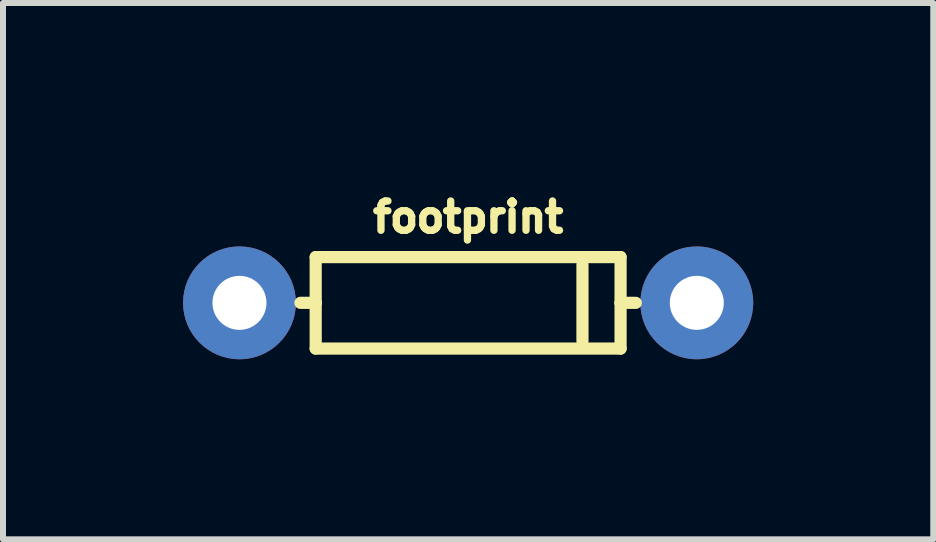
<source format=kicad_pcb>
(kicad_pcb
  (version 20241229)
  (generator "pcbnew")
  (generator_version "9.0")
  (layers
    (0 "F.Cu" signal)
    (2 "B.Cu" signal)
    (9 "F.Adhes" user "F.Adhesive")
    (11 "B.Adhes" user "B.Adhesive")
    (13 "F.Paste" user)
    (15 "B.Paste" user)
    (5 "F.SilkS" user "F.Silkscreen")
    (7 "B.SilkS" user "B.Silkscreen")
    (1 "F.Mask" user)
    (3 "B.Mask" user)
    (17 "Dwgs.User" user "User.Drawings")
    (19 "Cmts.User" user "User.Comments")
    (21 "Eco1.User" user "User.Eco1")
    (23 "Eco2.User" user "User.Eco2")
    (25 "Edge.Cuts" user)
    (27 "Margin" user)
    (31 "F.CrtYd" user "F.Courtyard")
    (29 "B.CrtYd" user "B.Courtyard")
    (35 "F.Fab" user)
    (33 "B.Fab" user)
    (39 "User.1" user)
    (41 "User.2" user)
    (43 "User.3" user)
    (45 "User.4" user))
  (footprint "footprint"
    (layer "F.Cu")
    (at 4.75 1.996)
    (property "Reference" "footprint" (at 0 -1.143 0) (layer "F.SilkS") (effects (font (size 0.488 0.488) (thickness 0.122)) (justify bottom)))
    (fp_line (start -2.54 -0.762) (end 2.54 -0.762) (stroke (width 0.203) (type solid)) (layer "F.SilkS"))
    (fp_line (start -2.54 0) (end -2.794 0) (stroke (width 0.203) (type solid)) (layer "F.SilkS"))
    (fp_line (start -2.54 0) (end -2.54 -0.762) (stroke (width 0.203) (type solid)) (layer "F.SilkS"))
    (fp_line (start -2.54 0.762) (end -2.54 0) (stroke (width 0.203) (type solid)) (layer "F.SilkS"))
    (fp_line (start 1.905 -0.635) (end 1.905 0.635) (stroke (width 0.203) (type solid)) (layer "F.SilkS"))
    (fp_line (start 2.54 -0.762) (end 2.54 0) (stroke (width 0.203) (type solid)) (layer "F.SilkS"))
    (fp_line (start 2.54 0) (end 2.54 0.762) (stroke (width 0.203) (type solid)) (layer "F.SilkS"))
    (fp_line (start 2.54 0) (end 2.794 0) (stroke (width 0.203) (type solid)) (layer "F.SilkS"))
    (fp_line (start 2.54 0.762) (end -2.54 0.762) (stroke (width 0.203) (type solid)) (layer "F.SilkS"))
    (pad "A" thru_hole circle (at -3.81 0) (size 1.88 1.88) (drill 0.9) (layers "*.Cu" "*.Mask"))
    (pad "C" thru_hole circle (at 3.81 0) (size 1.88 1.88) (drill 0.9) (layers "*.Cu" "*.Mask")))
  (gr_rect
    (start -3 -3)
    (end 12.5 5.936)
    (stroke (width 0.1) (type default))
    (fill no)
    (layer "Edge.Cuts")))
</source>
